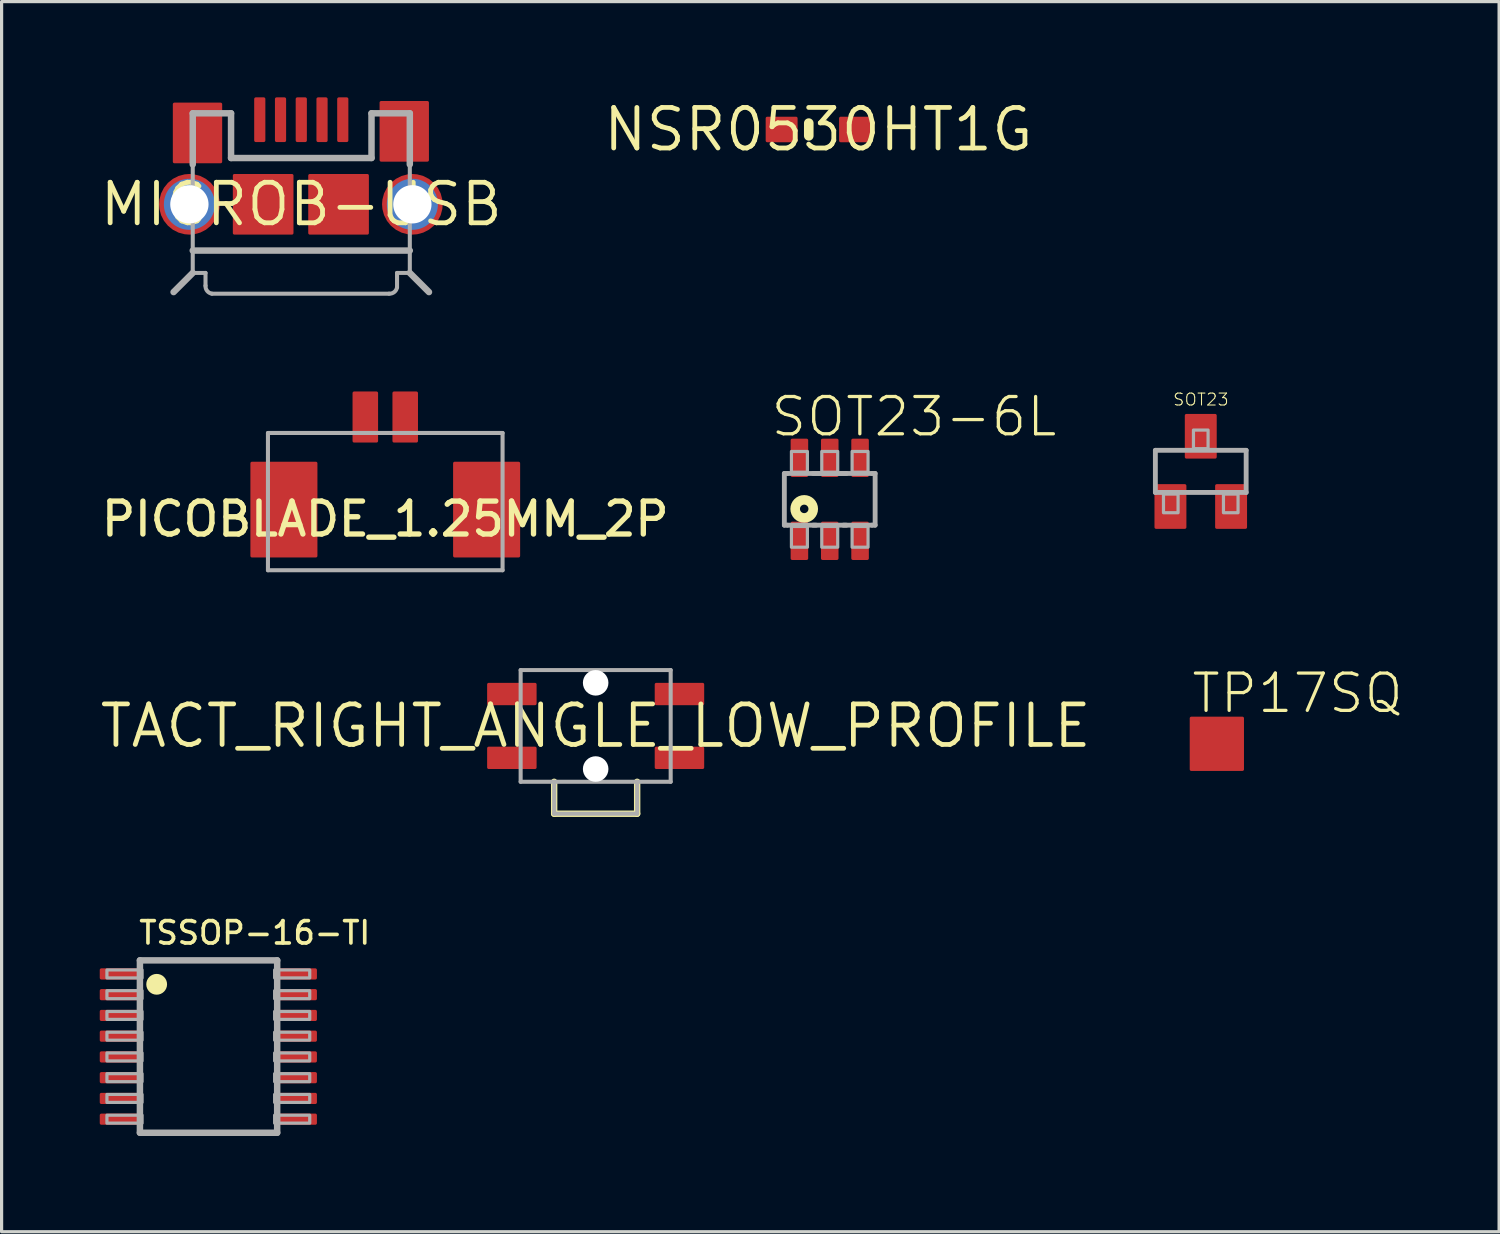
<source format=kicad_pcb>
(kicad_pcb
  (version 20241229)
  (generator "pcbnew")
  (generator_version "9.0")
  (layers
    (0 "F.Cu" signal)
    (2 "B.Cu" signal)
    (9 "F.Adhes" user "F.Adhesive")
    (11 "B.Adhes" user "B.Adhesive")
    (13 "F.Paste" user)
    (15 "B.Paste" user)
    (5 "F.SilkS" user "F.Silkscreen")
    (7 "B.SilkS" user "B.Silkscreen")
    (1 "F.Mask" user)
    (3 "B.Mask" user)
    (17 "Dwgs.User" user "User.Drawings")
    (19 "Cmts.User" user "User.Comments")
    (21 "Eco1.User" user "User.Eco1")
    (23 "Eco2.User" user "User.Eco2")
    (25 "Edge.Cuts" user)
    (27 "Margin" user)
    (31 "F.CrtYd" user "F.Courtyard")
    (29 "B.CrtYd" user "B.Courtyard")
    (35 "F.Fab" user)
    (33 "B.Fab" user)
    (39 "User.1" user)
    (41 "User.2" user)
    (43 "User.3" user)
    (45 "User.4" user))
  (footprint "TP17SQ"
    (layer "F.Cu")
    (at 35.07 20.251)
    (property "Reference" "TP17SQ" (at -0.85 -0.9 0) (layer "F.SilkS") (effects (font (size 1.168 1.168) (thickness 0.102)) (justify left bottom)))
    (pad "TP" smd roundrect (at 0 0) (size 1.7 1.7) (layers "F.Cu" "F.Mask") (roundrect_rratio 0.029)))
  (footprint "SOT23"
    (layer "F.Cu")
    (at 34.566 11.717)
    (property "Reference" "SOT23" (at -0.889 -2.032 0) (layer "F.SilkS") (effects (font (size 0.374 0.374) (thickness 0.033)) (justify left bottom)))
    (fp_line (start -1.422 -0.66) (end 1.422 -0.66) (stroke (width 0.152) (type solid)) (layer "F.Fab"))
    (fp_line (start -1.422 0.66) (end -1.422 -0.66) (stroke (width 0.152) (type solid)) (layer "F.Fab"))
    (fp_line (start 1.422 -0.66) (end 1.422 0.66) (stroke (width 0.152) (type solid)) (layer "F.Fab"))
    (fp_line (start 1.422 0.66) (end -1.422 0.66) (stroke (width 0.152) (type solid)) (layer "F.Fab"))
    (fp_poly (pts (xy -1.168 1.295) (xy -0.711 1.295) (xy -0.711 0.711) (xy -1.168 0.711)) (stroke (width 0.1) (type default)) (fill no) (layer "F.Fab"))
    (fp_poly (pts (xy -0.229 -0.711) (xy 0.229 -0.711) (xy 0.229 -1.295) (xy -0.229 -1.295)) (stroke (width 0.1) (type default)) (fill no) (layer "F.Fab"))
    (fp_poly (pts (xy 0.711 1.295) (xy 1.168 1.295) (xy 1.168 0.711) (xy 0.711 0.711)) (stroke (width 0.1) (type default)) (fill no) (layer "F.Fab"))
    (pad "1" smd roundrect (at -0.95 1.1) (size 1 1.4) (layers "F.Cu" "F.Mask" "F.Paste") (roundrect_rratio 0.05))
    (pad "2" smd roundrect (at 0.95 1.1) (size 1 1.4) (layers "F.Cu" "F.Mask" "F.Paste") (roundrect_rratio 0.05))
    (pad "3" smd roundrect (at 0 -1.1) (size 1 1.4) (layers "F.Cu" "F.Mask" "F.Paste") (roundrect_rratio 0.05)))
  (footprint "TSSOP-16-TI"
    (layer "F.Cu")
    (at 3.483 29.735)
    (property "Reference" "TSSOP-16-TI" (at -2.239 -3.154 0) (layer "F.SilkS") (effects (font (size 0.699 0.699) (thickness 0.114)) (justify left bottom)))
    (fp_poly (pts (xy -3.483 -2.5) (xy -3.483 -2.05) (xy -2.133 -2.05) (xy -2.133 -2.5)) (stroke (width 0) (type default)) (fill yes) (layer "F.Mask"))
    (fp_poly (pts (xy -3.483 -1.85) (xy -3.483 -1.4) (xy -2.133 -1.4) (xy -2.133 -1.85)) (stroke (width 0) (type default)) (fill yes) (layer "F.Mask"))
    (fp_poly (pts (xy -3.483 -1.2) (xy -3.483 -0.75) (xy -2.133 -0.75) (xy -2.133 -1.2)) (stroke (width 0) (type default)) (fill yes) (layer "F.Mask"))
    (fp_poly (pts (xy -3.483 -0.55) (xy -3.483 -0.1) (xy -2.133 -0.1) (xy -2.133 -0.55)) (stroke (width 0) (type default)) (fill yes) (layer "F.Mask"))
    (fp_poly (pts (xy -3.483 0.1) (xy -3.483 0.55) (xy -2.133 0.55) (xy -2.133 0.1)) (stroke (width 0) (type default)) (fill yes) (layer "F.Mask"))
    (fp_poly (pts (xy -3.483 0.75) (xy -3.483 1.2) (xy -2.133 1.2) (xy -2.133 0.75)) (stroke (width 0) (type default)) (fill yes) (layer "F.Mask"))
    (fp_poly (pts (xy -3.483 1.4) (xy -3.483 1.85) (xy -2.133 1.85) (xy -2.133 1.4)) (stroke (width 0) (type default)) (fill yes) (layer "F.Mask"))
    (fp_poly (pts (xy -3.483 2.05) (xy -3.483 2.5) (xy -2.133 2.5) (xy -2.133 2.05)) (stroke (width 0) (type default)) (fill yes) (layer "F.Mask"))
    (fp_poly (pts (xy 3.47 -2.05) (xy 3.47 -2.5) (xy 2.12 -2.5) (xy 2.12 -2.05)) (stroke (width 0) (type default)) (fill yes) (layer "F.Mask"))
    (fp_poly (pts (xy 3.47 -1.4) (xy 3.47 -1.85) (xy 2.12 -1.85) (xy 2.12 -1.4)) (stroke (width 0) (type default)) (fill yes) (layer "F.Mask"))
    (fp_poly (pts (xy 3.47 -0.75) (xy 3.47 -1.2) (xy 2.12 -1.2) (xy 2.12 -0.75)) (stroke (width 0) (type default)) (fill yes) (layer "F.Mask"))
    (fp_poly (pts (xy 3.47 -0.1) (xy 3.47 -0.55) (xy 2.12 -0.55) (xy 2.12 -0.1)) (stroke (width 0) (type default)) (fill yes) (layer "F.Mask"))
    (fp_poly (pts (xy 3.47 0.55) (xy 3.47 0.1) (xy 2.12 0.1) (xy 2.12 0.55)) (stroke (width 0) (type default)) (fill yes) (layer "F.Mask"))
    (fp_poly (pts (xy 3.47 1.2) (xy 3.47 0.75) (xy 2.12 0.75) (xy 2.12 1.2)) (stroke (width 0) (type default)) (fill yes) (layer "F.Mask"))
    (fp_poly (pts (xy 3.47 1.85) (xy 3.47 1.4) (xy 2.12 1.4) (xy 2.12 1.85)) (stroke (width 0) (type default)) (fill yes) (layer "F.Mask"))
    (fp_poly (pts (xy 3.47 2.5) (xy 3.47 2.05) (xy 2.12 2.05) (xy 2.12 2.5)) (stroke (width 0) (type default)) (fill yes) (layer "F.Mask"))
    (fp_circle (center -1.625 -1.95) (end -1.462 -1.95) (stroke (width 0.325) (type solid)) (fill yes) (layer "F.SilkS"))
    (fp_line (start -2.15 -2.7) (end -2.15 2.7) (stroke (width 0.203) (type solid)) (layer "F.Fab"))
    (fp_line (start -2.15 2.7) (end 2.15 2.7) (stroke (width 0.203) (type solid)) (layer "F.Fab"))
    (fp_line (start 2.15 -2.7) (end -2.15 -2.7) (stroke (width 0.203) (type solid)) (layer "F.Fab"))
    (fp_line (start 2.15 2.7) (end 2.15 -2.7) (stroke (width 0.203) (type solid)) (layer "F.Fab"))
    (fp_poly (pts (xy -3.183 -2.15) (xy -2.083 -2.15) (xy -2.083 -2.4) (xy -3.183 -2.4)) (stroke (width 0.1) (type default)) (fill no) (layer "F.Fab"))
    (fp_poly (pts (xy -3.183 -1.5) (xy -2.083 -1.5) (xy -2.083 -1.75) (xy -3.183 -1.75)) (stroke (width 0.1) (type default)) (fill no) (layer "F.Fab"))
    (fp_poly (pts (xy -3.183 -0.85) (xy -2.083 -0.85) (xy -2.083 -1.1) (xy -3.183 -1.1)) (stroke (width 0.1) (type default)) (fill no) (layer "F.Fab"))
    (fp_poly (pts (xy -3.183 -0.2) (xy -2.083 -0.2) (xy -2.083 -0.45) (xy -3.183 -0.45)) (stroke (width 0.1) (type default)) (fill no) (layer "F.Fab"))
    (fp_poly (pts (xy -2.083 0.2) (xy -3.183 0.2) (xy -3.183 0.45) (xy -2.083 0.45)) (stroke (width 0.1) (type default)) (fill no) (layer "F.Fab"))
    (fp_poly (pts (xy -2.083 0.85) (xy -3.183 0.85) (xy -3.183 1.1) (xy -2.083 1.1)) (stroke (width 0.1) (type default)) (fill no) (layer "F.Fab"))
    (fp_poly (pts (xy -2.083 1.5) (xy -3.183 1.5) (xy -3.183 1.75) (xy -2.083 1.75)) (stroke (width 0.1) (type default)) (fill no) (layer "F.Fab"))
    (fp_poly (pts (xy -2.083 2.15) (xy -3.183 2.15) (xy -3.183 2.4) (xy -2.083 2.4)) (stroke (width 0.1) (type default)) (fill no) (layer "F.Fab"))
    (fp_poly (pts (xy 2.07 -2.15) (xy 3.17 -2.15) (xy 3.17 -2.4) (xy 2.07 -2.4)) (stroke (width 0.1) (type default)) (fill no) (layer "F.Fab"))
    (fp_poly (pts (xy 2.07 -1.5) (xy 3.17 -1.5) (xy 3.17 -1.75) (xy 2.07 -1.75)) (stroke (width 0.1) (type default)) (fill no) (layer "F.Fab"))
    (fp_poly (pts (xy 2.07 -0.85) (xy 3.17 -0.85) (xy 3.17 -1.1) (xy 2.07 -1.1)) (stroke (width 0.1) (type default)) (fill no) (layer "F.Fab"))
    (fp_poly (pts (xy 2.07 -0.2) (xy 3.17 -0.2) (xy 3.17 -0.45) (xy 2.07 -0.45)) (stroke (width 0.1) (type default)) (fill no) (layer "F.Fab"))
    (fp_poly (pts (xy 3.17 0.2) (xy 2.07 0.2) (xy 2.07 0.45) (xy 3.17 0.45)) (stroke (width 0.1) (type default)) (fill no) (layer "F.Fab"))
    (fp_poly (pts (xy 3.17 0.85) (xy 2.07 0.85) (xy 2.07 1.1) (xy 3.17 1.1)) (stroke (width 0.1) (type default)) (fill no) (layer "F.Fab"))
    (fp_poly (pts (xy 3.17 1.5) (xy 2.07 1.5) (xy 2.07 1.75) (xy 3.17 1.75)) (stroke (width 0.1) (type default)) (fill no) (layer "F.Fab"))
    (fp_poly (pts (xy 3.17 2.15) (xy 2.07 2.15) (xy 2.07 2.4) (xy 3.17 2.4)) (stroke (width 0.1) (type default)) (fill no) (layer "F.Fab"))
    (pad "1" smd roundrect (at -2.808 -2.275) (size 1.2 0.35) (layers "F.Cu" "F.Paste") (roundrect_rratio 0.143))
    (pad "2" smd roundrect (at -2.808 -1.625) (size 1.2 0.35) (layers "F.Cu" "F.Paste") (roundrect_rratio 0.143))
    (pad "3" smd roundrect (at -2.808 -0.975) (size 1.2 0.35) (layers "F.Cu" "F.Paste") (roundrect_rratio 0.143))
    (pad "4" smd roundrect (at -2.808 -0.325) (size 1.2 0.35) (layers "F.Cu" "F.Paste") (roundrect_rratio 0.143))
    (pad "5" smd roundrect (at -2.808 0.325 180) (size 1.2 0.35) (layers "F.Cu" "F.Paste") (roundrect_rratio 0.143))
    (pad "6" smd roundrect (at -2.808 0.975 180) (size 1.2 0.35) (layers "F.Cu" "F.Paste") (roundrect_rratio 0.143))
    (pad "7" smd roundrect (at -2.808 1.625 180) (size 1.2 0.35) (layers "F.Cu" "F.Paste") (roundrect_rratio 0.143))
    (pad "8" smd roundrect (at -2.808 2.275 180) (size 1.2 0.35) (layers "F.Cu" "F.Paste") (roundrect_rratio 0.143))
    (pad "9" smd roundrect (at 2.795 2.275 180) (size 1.2 0.35) (layers "F.Cu" "F.Paste") (roundrect_rratio 0.143))
    (pad "10" smd roundrect (at 2.795 1.625 180) (size 1.2 0.35) (layers "F.Cu" "F.Paste") (roundrect_rratio 0.143))
    (pad "11" smd roundrect (at 2.795 0.975 180) (size 1.2 0.35) (layers "F.Cu" "F.Paste") (roundrect_rratio 0.143))
    (pad "12" smd roundrect (at 2.795 0.325 180) (size 1.2 0.35) (layers "F.Cu" "F.Paste") (roundrect_rratio 0.143))
    (pad "13" smd roundrect (at 2.795 -0.325) (size 1.2 0.35) (layers "F.Cu" "F.Paste") (roundrect_rratio 0.143))
    (pad "14" smd roundrect (at 2.795 -0.975) (size 1.2 0.35) (layers "F.Cu" "F.Paste") (roundrect_rratio 0.143))
    (pad "15" smd roundrect (at 2.795 -1.625) (size 1.2 0.35) (layers "F.Cu" "F.Paste") (roundrect_rratio 0.143))
    (pad "16" smd roundrect (at 2.795 -2.275) (size 1.2 0.35) (layers "F.Cu" "F.Paste") (roundrect_rratio 0.143)))
  (footprint "SOT23-6L"
    (layer "F.Cu")
    (at 22.943 12.592)
    (property "Reference" "SOT23-6L" (at -1.905 -1.905 0) (layer "F.SilkS") (effects (font (size 1.168 1.168) (thickness 0.102)) (justify left bottom)))
    (fp_circle (center -0.8 0.3) (end -0.517 0.3) (stroke (width 0.3) (type solid)) (fill no) (layer "F.SilkS"))
    (fp_line (start -1.422 -0.81) (end -1.328 -0.81) (stroke (width 0.152) (type solid)) (layer "F.Fab"))
    (fp_line (start -1.422 0.81) (end -1.422 -0.81) (stroke (width 0.152) (type solid)) (layer "F.Fab"))
    (fp_line (start -1.328 -0.81) (end 1.328 -0.81) (stroke (width 0.152) (type solid)) (layer "F.Fab"))
    (fp_line (start -1.328 0.81) (end -1.422 0.81) (stroke (width 0.152) (type solid)) (layer "F.Fab"))
    (fp_line (start -0.522 -0.81) (end 0.522 -0.81) (stroke (width 0.152) (type solid)) (layer "F.Fab"))
    (fp_line (start -0.428 0.81) (end -0.522 0.81) (stroke (width 0.152) (type solid)) (layer "F.Fab"))
    (fp_line (start 0.522 0.81) (end 0.428 0.81) (stroke (width 0.152) (type solid)) (layer "F.Fab"))
    (fp_line (start 1.328 -0.81) (end 1.422 -0.81) (stroke (width 0.152) (type solid)) (layer "F.Fab"))
    (fp_line (start 1.328 0.81) (end -1.328 0.81) (stroke (width 0.152) (type solid)) (layer "F.Fab"))
    (fp_line (start 1.422 -0.81) (end 1.422 0.81) (stroke (width 0.152) (type solid)) (layer "F.Fab"))
    (fp_line (start 1.422 0.81) (end 1.328 0.81) (stroke (width 0.152) (type solid)) (layer "F.Fab"))
    (fp_poly (pts (xy -1.2 -0.85) (xy -0.7 -0.85) (xy -0.7 -1.5) (xy -1.2 -1.5)) (stroke (width 0.1) (type default)) (fill no) (layer "F.Fab"))
    (fp_poly (pts (xy -1.2 1.5) (xy -0.7 1.5) (xy -0.7 0.85) (xy -1.2 0.85)) (stroke (width 0.1) (type default)) (fill no) (layer "F.Fab"))
    (fp_poly (pts (xy -0.25 -0.85) (xy 0.25 -0.85) (xy 0.25 -1.5) (xy -0.25 -1.5)) (stroke (width 0.1) (type default)) (fill no) (layer "F.Fab"))
    (fp_poly (pts (xy -0.25 1.5) (xy 0.25 1.5) (xy 0.25 0.85) (xy -0.25 0.85)) (stroke (width 0.1) (type default)) (fill no) (layer "F.Fab"))
    (fp_poly (pts (xy 0.7 -0.85) (xy 1.2 -0.85) (xy 1.2 -1.5) (xy 0.7 -1.5)) (stroke (width 0.1) (type default)) (fill no) (layer "F.Fab"))
    (fp_poly (pts (xy 0.7 1.5) (xy 1.2 1.5) (xy 1.2 0.85) (xy 0.7 0.85)) (stroke (width 0.1) (type default)) (fill no) (layer "F.Fab"))
    (pad "1" smd roundrect (at -0.95 1.3) (size 0.55 1.2) (layers "F.Cu" "F.Mask" "F.Paste") (roundrect_rratio 0.091))
    (pad "2" smd roundrect (at 0 1.3) (size 0.55 1.2) (layers "F.Cu" "F.Mask" "F.Paste") (roundrect_rratio 0.091))
    (pad "3" smd roundrect (at 0.95 1.3) (size 0.55 1.2) (layers "F.Cu" "F.Mask" "F.Paste") (roundrect_rratio 0.091))
    (pad "4" smd roundrect (at 0.95 -1.3) (size 0.55 1.2) (layers "F.Cu" "F.Mask" "F.Paste") (roundrect_rratio 0.091))
    (pad "5" smd roundrect (at 0 -1.3) (size 0.55 1.2) (layers "F.Cu" "F.Mask" "F.Paste") (roundrect_rratio 0.091))
    (pad "6" smd roundrect (at -0.95 -1.3) (size 0.55 1.2) (layers "F.Cu" "F.Mask" "F.Paste") (roundrect_rratio 0.091)))
  (footprint "MICROB-USB"
    (layer "F.Cu")
    (at 6.388 3.35)
    (property "Reference" "MICROB-USB" (at 0 0 0) (layer "F.SilkS") (effects (font (size 1.27 1.27) (thickness 0.15))))
    (fp_line (start -3.4 -2.85) (end -2.2 -2.85) (stroke (width 0.127) (type solid)) (layer "F.Fab"))
    (fp_line (start -3.4 -2.85) (end -2.2 -2.85) (stroke (width 0.203) (type solid)) (layer "F.Fab"))
    (fp_line (start -3.4 -1.25) (end -3.4 -2.85) (stroke (width 0.203) (type solid)) (layer "F.Fab"))
    (fp_line (start -3.4 1.45) (end -3.4 -2.85) (stroke (width 0.127) (type solid)) (layer "F.Fab"))
    (fp_line (start -3.4 1.45) (end 3.4 1.45) (stroke (width 0.127) (type solid)) (layer "F.Fab"))
    (fp_line (start -3.4 1.45) (end 3.4 1.45) (stroke (width 0.203) (type solid)) (layer "F.Fab"))
    (fp_line (start -3.4 2.15) (end -4 2.75) (stroke (width 0.203) (type solid)) (layer "F.Fab"))
    (fp_line (start -3.4 2.15) (end -3.4 1.45) (stroke (width 0.127) (type solid)) (layer "F.Fab"))
    (fp_line (start -3.4 2.15) (end -3 2.15) (stroke (width 0.127) (type solid)) (layer "F.Fab"))
    (fp_line (start -3 2.15) (end -3 2.55) (stroke (width 0.127) (type solid)) (layer "F.Fab"))
    (fp_line (start -2.8 2.8) (end 2.75 2.8) (stroke (width 0.127) (type solid)) (layer "F.Fab"))
    (fp_line (start -2.2 -2.85) (end -2.2 -1.45) (stroke (width 0.203) (type solid)) (layer "F.Fab"))
    (fp_line (start -2.2 -1.45) (end -2.2 -2.85) (stroke (width 0.127) (type solid)) (layer "F.Fab"))
    (fp_line (start -2.2 -1.45) (end 2.2 -1.45) (stroke (width 0.127) (type solid)) (layer "F.Fab"))
    (fp_line (start -2.2 -1.45) (end 2.2 -1.45) (stroke (width 0.203) (type solid)) (layer "F.Fab"))
    (fp_line (start 2.2 -1.45) (end 2.2 -2.85) (stroke (width 0.127) (type solid)) (layer "F.Fab"))
    (fp_line (start 2.2 -1.45) (end 2.2 -2.85) (stroke (width 0.203) (type solid)) (layer "F.Fab"))
    (fp_line (start 3 2.15) (end 3.4 2.15) (stroke (width 0.127) (type solid)) (layer "F.Fab"))
    (fp_line (start 3 2.6) (end 3 2.15) (stroke (width 0.127) (type solid)) (layer "F.Fab"))
    (fp_line (start 3.4 -2.85) (end 2.2 -2.85) (stroke (width 0.127) (type solid)) (layer "F.Fab"))
    (fp_line (start 3.4 -2.85) (end 2.2 -2.85) (stroke (width 0.203) (type solid)) (layer "F.Fab"))
    (fp_line (start 3.4 -2.85) (end 3.4 1.45) (stroke (width 0.127) (type solid)) (layer "F.Fab"))
    (fp_line (start 3.4 -1.25) (end 3.4 -2.85) (stroke (width 0.203) (type solid)) (layer "F.Fab"))
    (fp_line (start 3.4 1.45) (end 3.4 2.15) (stroke (width 0.127) (type solid)) (layer "F.Fab"))
    (fp_line (start 3.4 2.15) (end 4 2.75) (stroke (width 0.203) (type solid)) (layer "F.Fab"))
    (fp_arc (start -2.799998 2.8) (mid -2.948325 2.713661) (end -3 2.55) (stroke (width 0.127) (type solid)) (layer "F.Fab"))
    (fp_arc (start 3 2.599998) (mid 2.913661 2.748325) (end 2.75 2.8) (stroke (width 0.127) (type solid)) (layer "F.Fab"))
    (pad "DM" smd roundrect (at -0.65 -2.65 90) (size 1.4 0.35) (layers "F.Cu" "F.Mask" "F.Paste") (roundrect_rratio 0.143))
    (pad "DP" smd roundrect (at 0 -2.65 90) (size 1.4 0.35) (layers "F.Cu" "F.Mask" "F.Paste") (roundrect_rratio 0.143))
    (pad "GND" smd roundrect (at 1.3 -2.65 90) (size 1.4 0.35) (layers "F.Cu" "F.Mask" "F.Paste") (roundrect_rratio 0.143))
    (pad "ID" smd roundrect (at 0.65 -2.65 90) (size 1.4 0.35) (layers "F.Cu" "F.Mask" "F.Paste") (roundrect_rratio 0.143))
    (pad "SH1" smd roundrect (at -3.251 -2.235) (size 1.546 1.9) (layers "F.Cu" "F.Mask" "F.Paste") (roundrect_rratio 0.032))
    (pad "SH2" smd roundrect (at 3.226 -2.286 180) (size 1.546 1.9) (layers "F.Cu" "F.Mask" "F.Paste") (roundrect_rratio 0.032))
    (pad "SH3" thru_hole circle (at 3.48 0) (size 1.6 1.6) (drill 1.2) (layers "*.Cu" "*.Mask"))
    (pad "SH4" smd roundrect (at 3.48 0) (size 1.9 1.9) (layers "F.Cu" "F.Mask" "F.Paste") (roundrect_rratio 0.5))
    (pad "SH5" smd roundrect (at 1.168 0) (size 1.9 1.9) (layers "F.Cu" "F.Mask" "F.Paste") (roundrect_rratio 0.026))
    (pad "SH6" smd roundrect (at -1.194 0) (size 1.9 1.9) (layers "F.Cu" "F.Mask" "F.Paste") (roundrect_rratio 0.026))
    (pad "SH7" smd roundrect (at -3.505 0) (size 1.9 1.9) (layers "F.Cu" "F.Mask" "F.Paste") (roundrect_rratio 0.5))
    (pad "SH8" thru_hole circle (at -3.505 0) (size 1.6 1.6) (drill 1.2) (layers "*.Cu" "*.Mask"))
    (pad "VBUS" smd roundrect (at -1.3 -2.65 90) (size 1.4 0.35) (layers "F.Cu" "F.Mask" "F.Paste") (roundrect_rratio 0.143)))
  (footprint "NSR0530HT1G"
    (layer "F.Cu")
    (at 22.586 1.006)
    (property "Reference" "NSR0530HT1G" (at 0 0 0) (layer "F.SilkS") (effects (font (size 1.27 1.27) (thickness 0.15))))
    (fp_line (start -0.3 -0.2) (end -0.3 0.2) (stroke (width 0.3) (type solid)) (layer "F.SilkS"))
    (pad "1" smd roundrect (at -1.15 0) (size 1 0.8) (layers "F.Cu" "F.Mask" "F.Paste") (roundrect_rratio 0.062))
    (pad "2" smd roundrect (at 1.15 0) (size 1 0.8) (layers "F.Cu" "F.Mask" "F.Paste") (roundrect_rratio 0.062)))
  (footprint "PICOBLADE_1.25MM_2P"
    (layer "F.Cu")
    (at 9.019 10.814)
    (property "Reference" "PICOBLADE_1.25MM_2P" (at 0 3 0) (layer "F.SilkS") (effects (font (size 1.032 1.032) (thickness 0.168)) (justify bottom)))
    (fp_line (start -3.675 -0.3) (end 3.675 -0.3) (stroke (width 0.127) (type solid)) (layer "F.Fab"))
    (fp_line (start -3.675 4) (end -3.675 -0.3) (stroke (width 0.127) (type solid)) (layer "F.Fab"))
    (fp_line (start 3.675 -0.3) (end 3.675 4) (stroke (width 0.127) (type solid)) (layer "F.Fab"))
    (fp_line (start 3.675 4) (end -3.675 4) (stroke (width 0.127) (type solid)) (layer "F.Fab"))
    (pad "1" smd roundrect (at -0.625 -0.8) (size 0.8 1.6) (layers "F.Cu" "F.Mask" "F.Paste") (roundrect_rratio 0.062))
    (pad "2" smd roundrect (at 0.625 -0.8) (size 0.8 1.6) (layers "F.Cu" "F.Mask" "F.Paste") (roundrect_rratio 0.062))
    (pad "MT1" smd roundrect (at -3.175 2.1) (size 2.1 3) (layers "F.Cu" "F.Mask" "F.Paste") (roundrect_rratio 0.024))
    (pad "MT2" smd roundrect (at 3.175 2.1) (size 2.1 3) (layers "F.Cu" "F.Mask" "F.Paste") (roundrect_rratio 0.024)))
  (footprint "TACT_RIGHT_ANGLE_LOW_PROFILE"
    (layer "F.Cu")
    (at 15.61 19.691)
    (property "Reference" "TACT_RIGHT_ANGLE_LOW_PROFILE" (at 0 0 0) (layer "F.SilkS") (effects (font (size 1.27 1.27) (thickness 0.15))))
    (fp_line (start -1.3 1.75) (end -1.3 2.75) (stroke (width 0.2) (type solid)) (layer "F.SilkS"))
    (fp_line (start -1.3 2.75) (end 1.3 2.75) (stroke (width 0.2) (type solid)) (layer "F.SilkS"))
    (fp_line (start 1.3 2.75) (end 1.3 1.75) (stroke (width 0.2) (type solid)) (layer "F.SilkS"))
    (fp_line (start -2.35 -1.75) (end -2.35 1.75) (stroke (width 0.127) (type solid)) (layer "F.Fab"))
    (fp_line (start -2.35 -1.75) (end 2.35 -1.75) (stroke (width 0.127) (type solid)) (layer "F.Fab"))
    (fp_line (start -2.35 1.75) (end -1.3 1.75) (stroke (width 0.127) (type solid)) (layer "F.Fab"))
    (fp_line (start -1.3 1.75) (end 1.3 1.75) (stroke (width 0.127) (type solid)) (layer "F.Fab"))
    (fp_line (start -1.3 2.75) (end -1.3 1.75) (stroke (width 0.127) (type solid)) (layer "F.Fab"))
    (fp_line (start -1.3 2.75) (end 1.3 2.75) (stroke (width 0.127) (type solid)) (layer "F.Fab"))
    (fp_line (start 1.3 1.75) (end 2.35 1.75) (stroke (width 0.127) (type solid)) (layer "F.Fab"))
    (fp_line (start 1.3 2.75) (end 1.3 1.75) (stroke (width 0.127) (type solid)) (layer "F.Fab"))
    (fp_line (start 2.35 -1.75) (end 2.35 1.75) (stroke (width 0.127) (type solid)) (layer "F.Fab"))
    (pad "" np_thru_hole circle (at 0 -1.35) (size 0.8 0.8) (drill 0.8) (layers "*.Cu" "*.Mask"))
    (pad "" np_thru_hole circle (at 0 1.35) (size 0.8 0.8) (drill 0.8) (layers "*.Cu" "*.Mask"))
    (pad "1" smd roundrect (at -2.625 -1) (size 1.55 0.7) (layers "F.Cu" "F.Mask" "F.Paste") (roundrect_rratio 0.071))
    (pad "1" smd roundrect (at 2.625 -1) (size 1.55 0.7) (layers "F.Cu" "F.Mask" "F.Paste") (roundrect_rratio 0.071))
    (pad "2" smd roundrect (at -2.625 1) (size 1.55 0.7) (layers "F.Cu" "F.Mask" "F.Paste") (roundrect_rratio 0.071))
    (pad "2" smd roundrect (at 2.625 1) (size 1.55 0.7) (layers "F.Cu" "F.Mask" "F.Paste") (roundrect_rratio 0.071)))
  (gr_rect
    (start -3 -3)
    (end 43.912 35.537)
    (stroke (width 0.1) (type default))
    (fill no)
    (layer "Edge.Cuts")))
</source>
